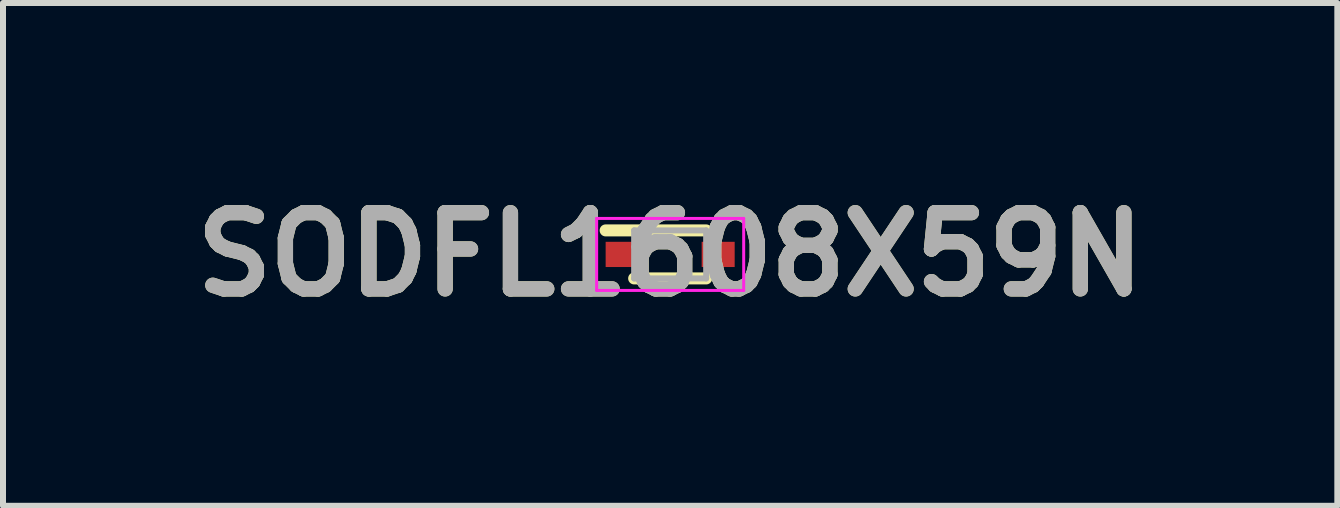
<source format=kicad_pcb>
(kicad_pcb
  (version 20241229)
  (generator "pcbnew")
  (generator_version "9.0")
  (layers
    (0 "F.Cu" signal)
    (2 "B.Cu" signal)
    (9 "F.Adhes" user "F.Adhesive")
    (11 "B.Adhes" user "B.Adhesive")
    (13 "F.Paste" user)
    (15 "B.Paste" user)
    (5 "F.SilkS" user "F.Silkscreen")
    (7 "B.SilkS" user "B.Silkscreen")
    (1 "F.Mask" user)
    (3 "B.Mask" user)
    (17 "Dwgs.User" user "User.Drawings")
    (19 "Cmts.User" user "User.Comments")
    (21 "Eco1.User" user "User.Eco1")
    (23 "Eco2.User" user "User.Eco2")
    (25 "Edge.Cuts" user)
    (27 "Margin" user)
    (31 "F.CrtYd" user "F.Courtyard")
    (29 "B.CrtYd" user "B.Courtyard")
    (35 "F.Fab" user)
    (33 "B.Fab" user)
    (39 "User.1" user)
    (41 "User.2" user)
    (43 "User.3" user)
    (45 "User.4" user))
  (footprint "SODFL1608X59N"
    (layer "F.Cu")
    (at 8.116 1.189)
    (property "Reference" "SODFL1608X59N" (at 0 0 0) (layer "F.SilkS") (effects (font (size 1.27 1.27) (thickness 0.254))))
    (attr smd)
    (fp_line (start -1.075 -0.4) (end 0.6 -0.4) (stroke (width 0.2) (type solid)) (layer "F.SilkS"))
    (fp_line (start -0.6 0.4) (end 0.6 0.4) (stroke (width 0.2) (type solid)) (layer "F.SilkS"))
    (fp_line (start -1.225 -0.6) (end 1.225 -0.6) (stroke (width 0.05) (type solid)) (layer "F.CrtYd"))
    (fp_line (start -1.225 0.6) (end -1.225 -0.6) (stroke (width 0.05) (type solid)) (layer "F.CrtYd"))
    (fp_line (start 1.225 -0.6) (end 1.225 0.6) (stroke (width 0.05) (type solid)) (layer "F.CrtYd"))
    (fp_line (start 1.225 0.6) (end -1.225 0.6) (stroke (width 0.05) (type solid)) (layer "F.CrtYd"))
    (fp_line (start -0.6 -0.4) (end 0.6 -0.4) (stroke (width 0.1) (type solid)) (layer "F.Fab"))
    (fp_line (start -0.6 -0.125) (end -0.325 -0.4) (stroke (width 0.1) (type solid)) (layer "F.Fab"))
    (fp_line (start -0.6 0.4) (end -0.6 -0.4) (stroke (width 0.1) (type solid)) (layer "F.Fab"))
    (fp_line (start 0.6 -0.4) (end 0.6 0.4) (stroke (width 0.1) (type solid)) (layer "F.Fab"))
    (fp_line (start 0.6 0.4) (end -0.6 0.4) (stroke (width 0.1) (type solid)) (layer "F.Fab"))
    (fp_text user "${REFERENCE}" (at 0 0 0) (layer "F.Fab") (effects (font (size 1.27 1.27) (thickness 0.254))))
    (pad "1" smd rect (at -0.8 0 90) (size 0.42 0.55) (layers "F.Cu" "F.Mask" "F.Paste"))
    (pad "2" smd rect (at 0.8 0 90) (size 0.42 0.55) (layers "F.Cu" "F.Mask" "F.Paste")))
  (gr_rect
    (start -3 -3)
    (end 19.232 5.377)
    (stroke (width 0.1) (type default))
    (fill no)
    (layer "Edge.Cuts")))
</source>
